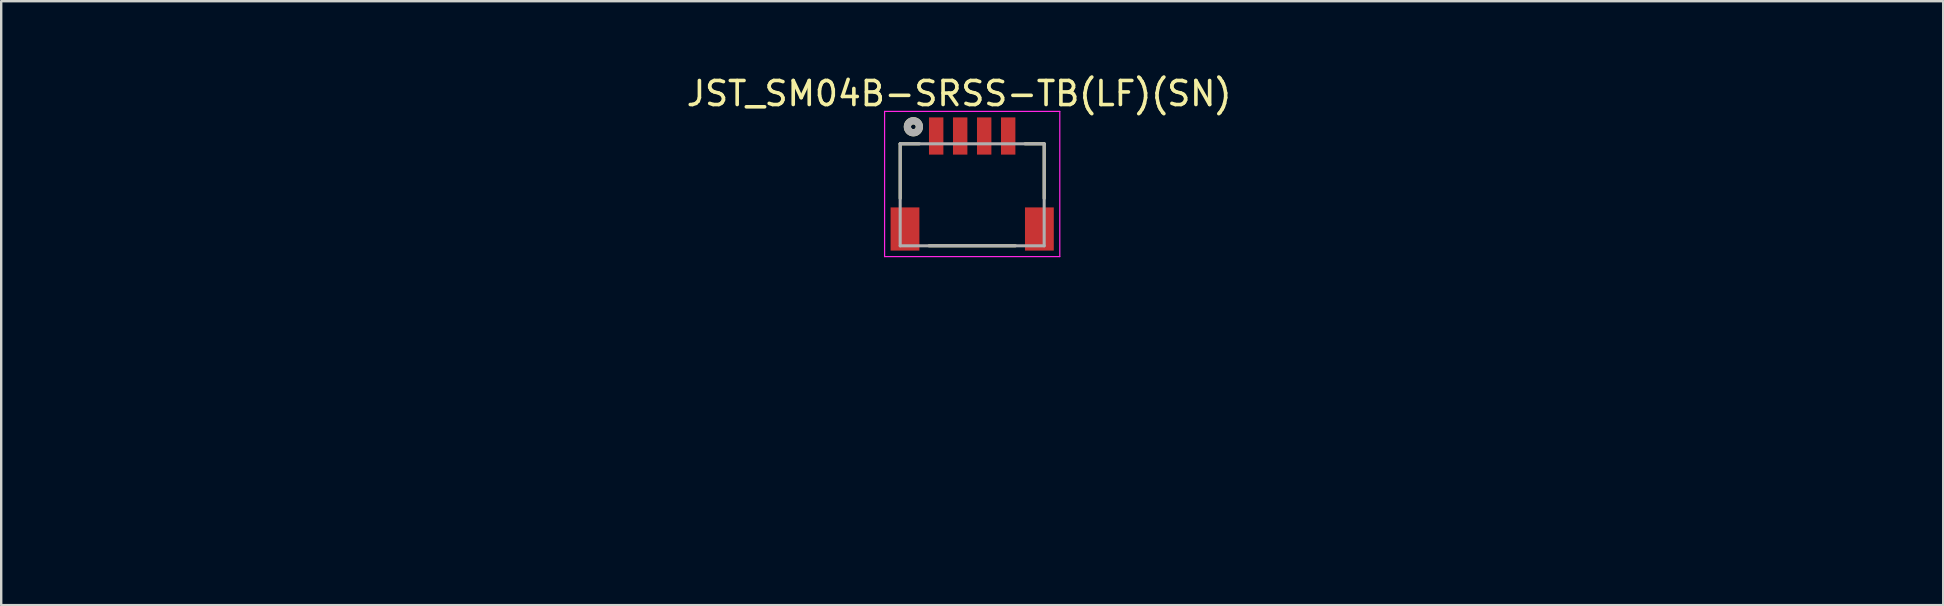
<source format=kicad_pcb>
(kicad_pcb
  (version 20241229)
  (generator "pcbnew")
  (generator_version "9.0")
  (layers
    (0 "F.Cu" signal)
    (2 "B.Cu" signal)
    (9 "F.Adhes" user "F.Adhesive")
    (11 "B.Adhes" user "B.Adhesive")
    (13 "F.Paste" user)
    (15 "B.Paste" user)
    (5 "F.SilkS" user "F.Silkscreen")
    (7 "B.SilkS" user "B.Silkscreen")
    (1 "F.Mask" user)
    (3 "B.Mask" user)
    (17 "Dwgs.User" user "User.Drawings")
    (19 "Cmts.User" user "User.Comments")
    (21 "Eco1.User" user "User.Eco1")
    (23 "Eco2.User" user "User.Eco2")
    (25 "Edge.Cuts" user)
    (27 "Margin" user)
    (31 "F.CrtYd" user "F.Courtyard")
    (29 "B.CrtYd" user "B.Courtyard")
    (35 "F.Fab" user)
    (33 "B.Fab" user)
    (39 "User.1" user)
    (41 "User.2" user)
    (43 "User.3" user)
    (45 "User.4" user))
  (footprint "JST_SM04B-SRSS-TB(LF)(SN)"
    (layer "F.Cu")
    (at 37.458 2.617)
    (property "Reference" "JST_SM04B-SRSS-TB(LF)(SN)" (at -0.545 -1.768 0) (layer "F.SilkS") (effects (font (size 1.001 1.001) (thickness 0.15))))
    (attr smd)
    (fp_line (start -3 0.325) (end -3 2.6) (stroke (width 0.127) (type solid)) (layer "F.SilkS"))
    (fp_line (start -2.2 0.325) (end -3 0.325) (stroke (width 0.127) (type solid)) (layer "F.SilkS"))
    (fp_line (start -1.8 4.575) (end 1.8 4.575) (stroke (width 0.127) (type solid)) (layer "F.SilkS"))
    (fp_line (start 2.2 0.325) (end 3 0.325) (stroke (width 0.127) (type solid)) (layer "F.SilkS"))
    (fp_line (start 3 0.325) (end 3 2.6) (stroke (width 0.127) (type solid)) (layer "F.SilkS"))
    (fp_circle (center -2.45 -0.385) (end -2.35 -0.385) (stroke (width 0.3) (type solid)) (fill no) (layer "F.SilkS"))
    (fp_line (start -3.65 -1.025) (end 3.65 -1.025) (stroke (width 0.05) (type solid)) (layer "F.CrtYd"))
    (fp_line (start -3.65 5.025) (end -3.65 -1.025) (stroke (width 0.05) (type solid)) (layer "F.CrtYd"))
    (fp_line (start 3.65 -1.025) (end 3.65 5.025) (stroke (width 0.05) (type solid)) (layer "F.CrtYd"))
    (fp_line (start 3.65 5.025) (end -3.65 5.025) (stroke (width 0.05) (type solid)) (layer "F.CrtYd"))
    (fp_line (start -3 0.325) (end 3 0.325) (stroke (width 0.127) (type solid)) (layer "F.Fab"))
    (fp_line (start -3 4.575) (end -3 0.325) (stroke (width 0.127) (type solid)) (layer "F.Fab"))
    (fp_line (start 3 0.325) (end 3 4.575) (stroke (width 0.127) (type solid)) (layer "F.Fab"))
    (fp_line (start 3 4.575) (end -3 4.575) (stroke (width 0.127) (type solid)) (layer "F.Fab"))
    (fp_circle (center -2.45 -0.385) (end -2.35 -0.385) (stroke (width 0.3) (type solid)) (fill no) (layer "F.Fab"))
    (fp_text user "https://www.snapeda.com/parts/SM04B-SRSS-TB%28LF%29%28SN%29/JST%20Sales/view-part/" (at 0 10.9 0) (unlocked yes) (layer "User.1") (effects (font (size 1 1) (thickness 0.15))))
    (fp_text user "https://creativecommons.org/licenses/by-sa/4.0/" (at 0 13.9 0) (unlocked yes) (layer "User.1") (effects (font (size 1 1) (thickness 0.15))))
    (fp_text user "This footprint comes from SnapEDA, and SnapEDA holds the copyright:" (at 0 9 0) (unlocked yes) (layer "User.1") (effects (font (size 1 1) (thickness 0.15))))
    (fp_text user "License: CC-BY-SA 4.0" (at 0 12.6 0) (unlocked yes) (layer "User.1") (effects (font (size 1 1) (thickness 0.15))))
    (fp_text user "This license contains a warranty disclaimer, please read it in full" (at 0 15.7 0) (unlocked yes) (layer "User.1") (effects (font (size 1 1) (thickness 0.15))))
    (pad "1" smd rect (at -1.5 0) (size 0.6 1.55) (layers "F.Cu" "F.Mask" "F.Paste"))
    (pad "2" smd rect (at -0.5 0) (size 0.6 1.55) (layers "F.Cu" "F.Mask" "F.Paste"))
    (pad "3" smd rect (at 0.5 0) (size 0.6 1.55) (layers "F.Cu" "F.Mask" "F.Paste"))
    (pad "4" smd rect (at 1.5 0) (size 0.6 1.55) (layers "F.Cu" "F.Mask" "F.Paste"))
    (pad "S1" smd rect (at -2.8 3.875 180) (size 1.2 1.8) (layers "F.Cu" "F.Mask" "F.Paste"))
    (pad "S2" smd rect (at 2.8 3.875 180) (size 1.2 1.8) (layers "F.Cu" "F.Mask" "F.Paste")))
  (gr_rect
    (start -3 -3)
    (end 77.917 22.165)
    (stroke (width 0.1) (type default))
    (fill no)
    (layer "Edge.Cuts")))
</source>
